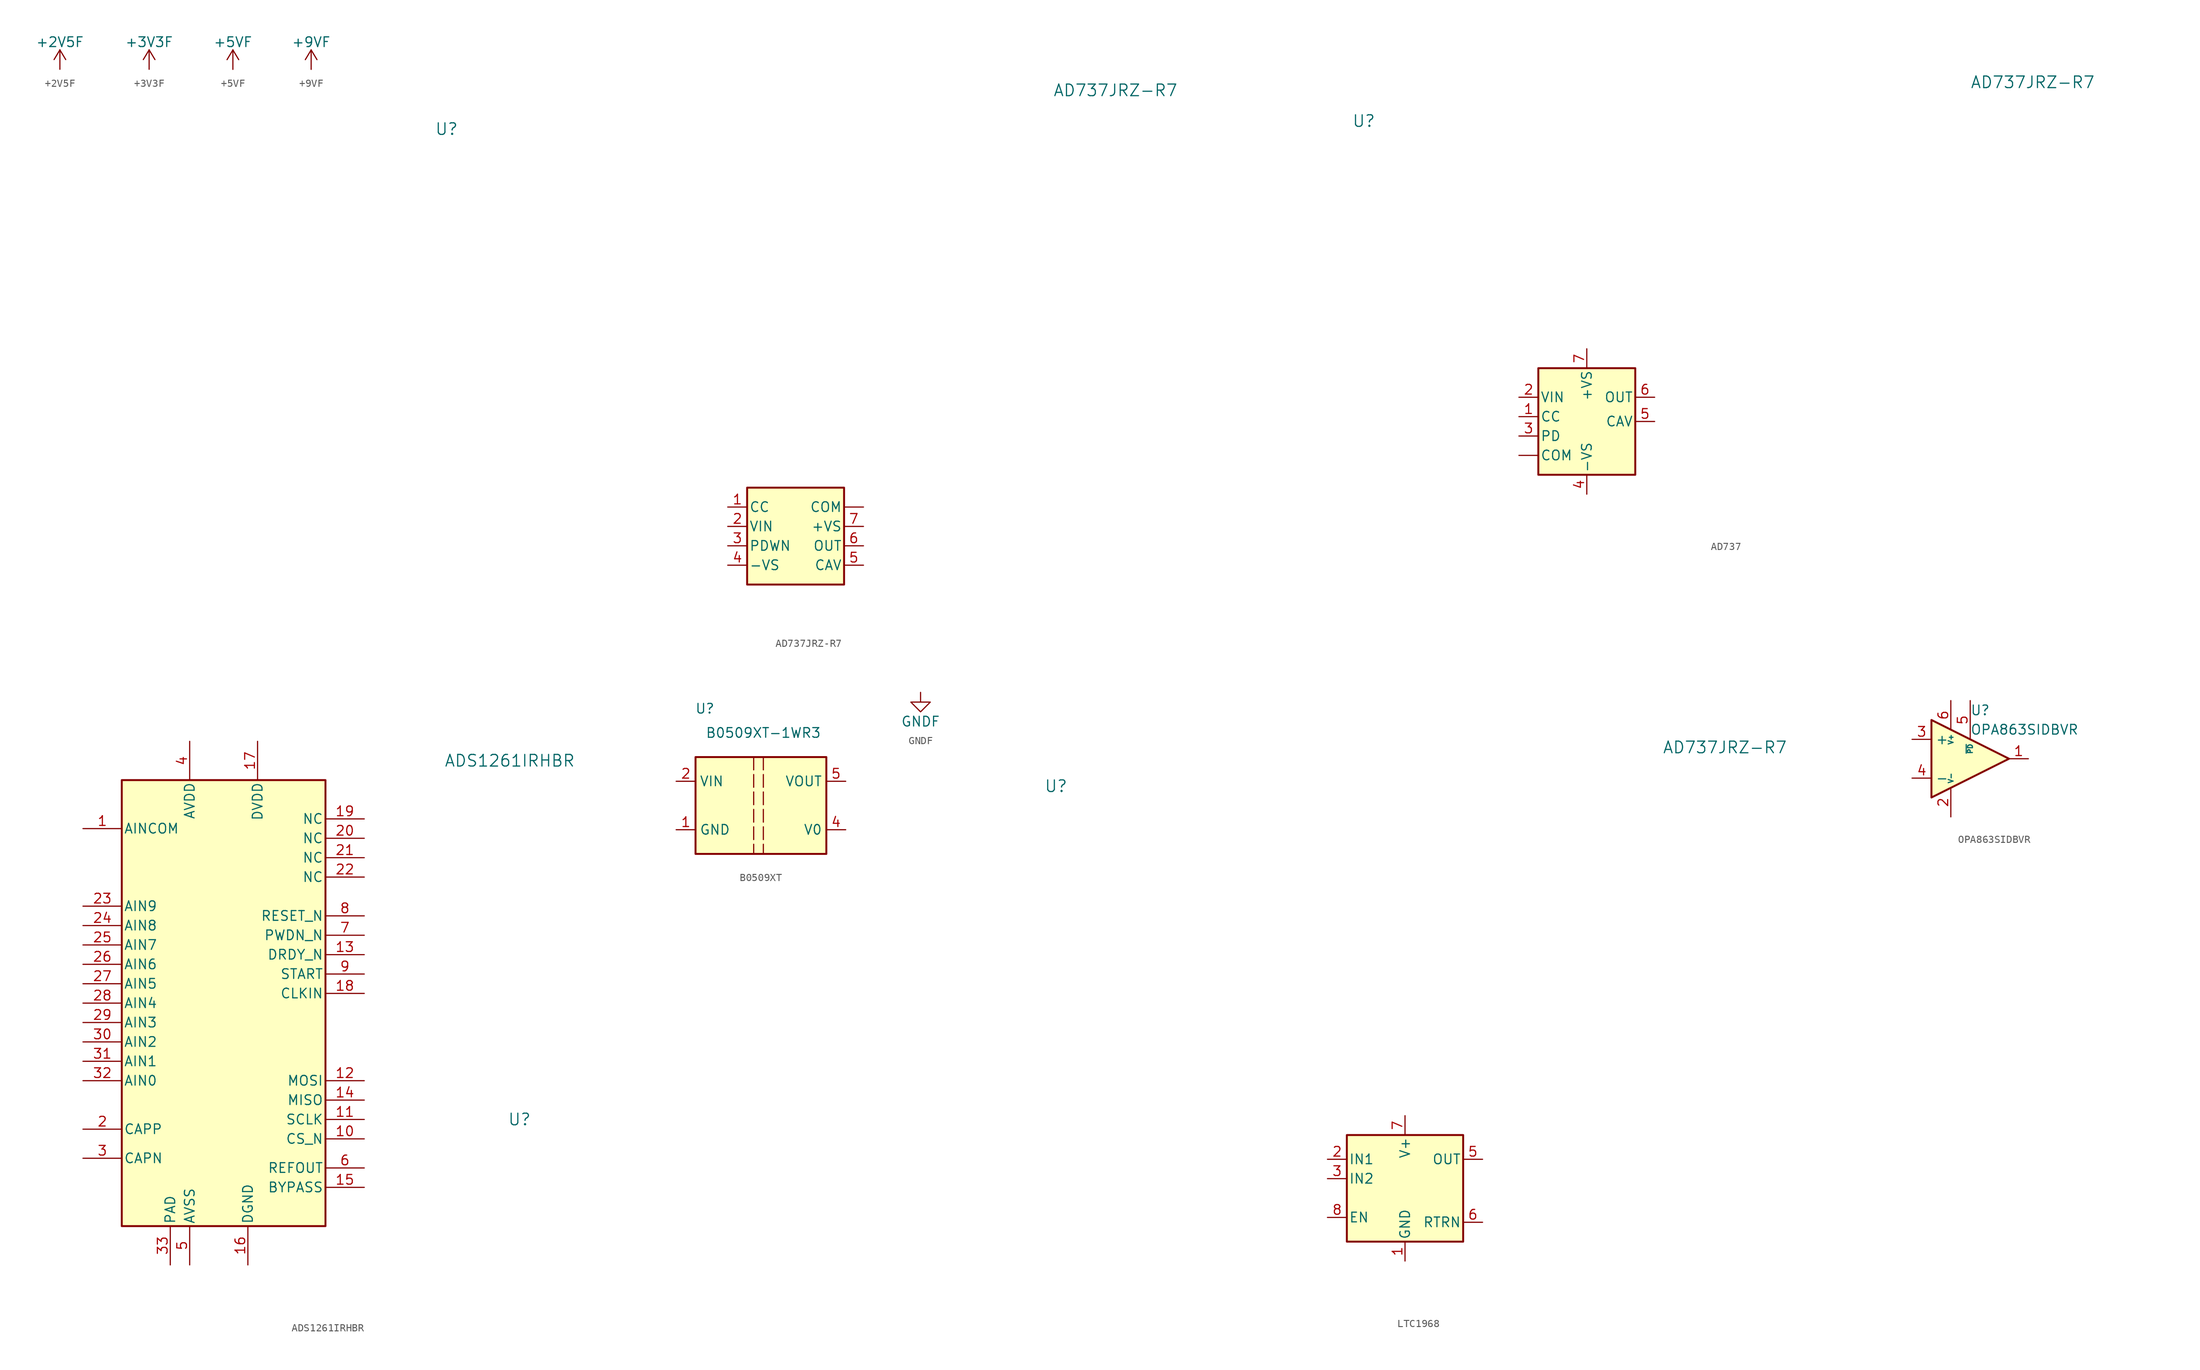
<source format=kicad_sym>
(kicad_symbol_lib
  (version 20220914)
  (generator kicad_symbol_editor)
  (symbol "+2V5F"
    (power)
    (pin_names
      (offset 0))
    (property "Reference" "#PWR"
      (at 0 -3.81 0)
      (effects (font (size 1.27 1.27)) hide))
    (property "Value" "+2V5F"
      (at 0 3.556 0)
      (effects (font (size 1.27 1.27))))
    (symbol "+2V5F_0_1"
      (polyline (pts (xy -0.762 1.27) (xy 0 2.54)) (stroke (width 0) (type default)) (fill (type none)))
      (polyline (pts (xy 0 0) (xy 0 2.54)) (stroke (width 0) (type default)) (fill (type none)))
      (polyline (pts (xy 0 2.54) (xy 0.762 1.27)) (stroke (width 0) (type default)) (fill (type none))))
    (symbol "+2V5F_1_1"
      (pin power_in line (at 0 0 90) (length 0) hide (name "+5V" (effects (font (size 1.27 1.27)))) (number "1" (effects (font (size 1.27 1.27)))))))
  (symbol "+3V3F"
    (power)
    (pin_names
      (offset 0))
    (property "Reference" "#PWR"
      (at 0 -3.81 0)
      (effects (font (size 1.27 1.27)) hide))
    (property "Value" "+3V3F"
      (at 0 3.556 0)
      (effects (font (size 1.27 1.27))))
    (symbol "+3V3F_0_1"
      (polyline (pts (xy -0.762 1.27) (xy 0 2.54)) (stroke (width 0) (type default)) (fill (type none)))
      (polyline (pts (xy 0 0) (xy 0 2.54)) (stroke (width 0) (type default)) (fill (type none)))
      (polyline (pts (xy 0 2.54) (xy 0.762 1.27)) (stroke (width 0) (type default)) (fill (type none))))
    (symbol "+3V3F_1_1"
      (pin power_in line (at 0 0 90) (length 0) hide (name "+5V" (effects (font (size 1.27 1.27)))) (number "1" (effects (font (size 1.27 1.27)))))))
  (symbol "+5VF"
    (power)
    (pin_names
      (offset 0))
    (property "Reference" "#PWR"
      (at 0 -3.81 0)
      (effects (font (size 1.27 1.27)) hide))
    (property "Value" "+5VF"
      (at 0 3.556 0)
      (effects (font (size 1.27 1.27))))
    (symbol "+5VF_0_1"
      (polyline (pts (xy -0.762 1.27) (xy 0 2.54)) (stroke (width 0) (type default)) (fill (type none)))
      (polyline (pts (xy 0 0) (xy 0 2.54)) (stroke (width 0) (type default)) (fill (type none)))
      (polyline (pts (xy 0 2.54) (xy 0.762 1.27)) (stroke (width 0) (type default)) (fill (type none))))
    (symbol "+5VF_1_1"
      (pin power_in line (at 0 0 90) (length 0) hide (name "+5VF" (effects (font (size 1.27 1.27)))) (number "1" (effects (font (size 1.27 1.27)))))))
  (symbol "+9VF"
    (power)
    (pin_names
      (offset 0))
    (property "Reference" "#PWR"
      (at 0 -3.81 0)
      (effects (font (size 1.27 1.27)) hide))
    (property "Value" "+9VF"
      (at 0 3.556 0)
      (effects (font (size 1.27 1.27))))
    (symbol "+9VF_0_1"
      (polyline (pts (xy -0.762 1.27) (xy 0 2.54)) (stroke (width 0) (type default)) (fill (type none)))
      (polyline (pts (xy 0 0) (xy 0 2.54)) (stroke (width 0) (type default)) (fill (type none)))
      (polyline (pts (xy 0 2.54) (xy 0.762 1.27)) (stroke (width 0) (type default)) (fill (type none))))
    (symbol "+9VF_1_1"
      (pin power_in line (at 0 0 90) (length 0) hide (name "+5V" (effects (font (size 1.27 1.27)))) (number "1" (effects (font (size 1.27 1.27)))))))
  (symbol "AD737JRZ-R7"
    (pin_names
      (offset 0.254))
    (property "Reference" "U"
      (at -45.72 53.34 0)
      (effects (font (size 1.524 1.524))))
    (property "Value" "AD737JRZ-R7"
      (at 41.91 58.42 0)
      (effects (font (size 1.524 1.524))))
    (symbol "AD737JRZ-R7_1_1"
      (rectangle (start -6.35 6.35) (end 6.35 -6.35) (stroke (width 0.254) (type default)) (fill (type background)))
      (pin power_in line (at 8.89 3.81 180) (length 2.54) (name "COM" (effects (font (size 1.27 1.27)))) (number "" (effects (font (size 1.27 1.27)))))
      (pin input line (at -8.89 3.81 0) (length 2.54) (name "CC" (effects (font (size 1.27 1.27)))) (number "1" (effects (font (size 1.27 1.27)))))
      (pin input line (at -8.89 1.27 0) (length 2.54) (name "VIN" (effects (font (size 1.27 1.27)))) (number "2" (effects (font (size 1.27 1.27)))))
      (pin input line (at -8.89 -1.27 0) (length 2.54) (name "PDWN" (effects (font (size 1.27 1.27)))) (number "3" (effects (font (size 1.27 1.27)))))
      (pin power_in line (at -8.89 -3.81 0) (length 2.54) (name "-VS" (effects (font (size 1.27 1.27)))) (number "4" (effects (font (size 1.27 1.27)))))
      (pin passive line (at 8.89 -3.81 180) (length 2.54) (name "CAV" (effects (font (size 1.27 1.27)))) (number "5" (effects (font (size 1.27 1.27)))))
      (pin output line (at 8.89 -1.27 180) (length 2.54) (name "OUT" (effects (font (size 1.27 1.27)))) (number "6" (effects (font (size 1.27 1.27)))))
      (pin power_in line (at 8.89 1.27 180) (length 2.54) (name "+VS" (effects (font (size 1.27 1.27)))) (number "7" (effects (font (size 1.27 1.27)))))))
  (symbol "AD737"
    (pin_names
      (offset 0.254))
    (property "Reference" "U"
      (at -45.72 53.34 0)
      (effects (font (size 1.524 1.524))))
    (property "Value" "AD737JRZ-R7"
      (at 41.91 58.42 0)
      (effects (font (size 1.524 1.524))))
    (symbol "AD737_1_1"
      (rectangle (start -22.86 20.955) (end -10.16 6.985) (stroke (width 0.254) (type default)) (fill (type background)))
      (pin power_in line (at -25.4 9.525 0) (length 2.54) (name "COM" (effects (font (size 1.27 1.27)))) (number "" (effects (font (size 1.27 1.27)))))
      (pin input line (at -25.4 14.605 0) (length 2.54) (name "CC" (effects (font (size 1.27 1.27)))) (number "1" (effects (font (size 1.27 1.27)))))
      (pin input line (at -25.4 17.145 0) (length 2.54) (name "VIN" (effects (font (size 1.27 1.27)))) (number "2" (effects (font (size 1.27 1.27)))))
      (pin input line (at -25.4 12.065 0) (length 2.54) (name "PD" (effects (font (size 1.27 1.27)))) (number "3" (effects (font (size 1.27 1.27)))))
      (pin power_in line (at -16.51 4.445 90) (length 2.54) (name "-VS" (effects (font (size 1.27 1.27)))) (number "4" (effects (font (size 1.27 1.27)))))
      (pin passive line (at -7.62 13.97 180) (length 2.54) (name "CAV" (effects (font (size 1.27 1.27)))) (number "5" (effects (font (size 1.27 1.27)))))
      (pin output line (at -7.62 17.145 180) (length 2.54) (name "OUT" (effects (font (size 1.27 1.27)))) (number "6" (effects (font (size 1.27 1.27)))))
      (pin power_in line (at -16.51 23.495 270) (length 2.54) (name "+VS" (effects (font (size 1.27 1.27)))) (number "7" (effects (font (size 1.27 1.27)))))))
  (symbol "ADS1261IRHBR"
    (pin_names
      (offset 0.254))
    (property "Reference" "U"
      (at 43.18 11.43 0)
      (effects (font (size 1.524 1.524))))
    (property "Value" "ADS1261IRHBR"
      (at 41.91 58.42 0)
      (effects (font (size 1.524 1.524))))
    (symbol "ADS1261IRHBR_0_1"
      (pin input line (at -13.97 49.53 0) (length 5.08) (name "AINCOM" (effects (font (size 1.27 1.27)))) (number "1" (effects (font (size 1.27 1.27)))))
      (pin input line (at 22.86 8.89 180) (length 5.08) (name "CS_N" (effects (font (size 1.27 1.27)))) (number "10" (effects (font (size 1.27 1.27)))))
      (pin input line (at 22.86 11.43 180) (length 5.08) (name "SCLK" (effects (font (size 1.27 1.27)))) (number "11" (effects (font (size 1.27 1.27)))))
      (pin output line (at 22.86 33.02 180) (length 5.08) (name "DRDY_N" (effects (font (size 1.27 1.27)))) (number "13" (effects (font (size 1.27 1.27)))))
      (pin power_in line (at 7.62 -7.62 90) (length 5.08) (name "DGND" (effects (font (size 1.27 1.27)))) (number "16" (effects (font (size 1.27 1.27)))))
      (pin power_in line (at 8.89 60.96 270) (length 5.08) (name "DVDD" (effects (font (size 1.27 1.27)))) (number "17" (effects (font (size 1.27 1.27)))))
      (pin input line (at 22.86 27.94 180) (length 5.08) (name "CLKIN" (effects (font (size 1.27 1.27)))) (number "18" (effects (font (size 1.27 1.27)))))
      (pin unspecified line (at 22.86 50.8 180) (length 5.08) (name "NC" (effects (font (size 1.27 1.27)))) (number "19" (effects (font (size 1.27 1.27)))))
      (pin unspecified line (at 22.86 48.26 180) (length 5.08) (name "NC" (effects (font (size 1.27 1.27)))) (number "20" (effects (font (size 1.27 1.27)))))
      (pin unspecified line (at 22.86 45.72 180) (length 5.08) (name "NC" (effects (font (size 1.27 1.27)))) (number "21" (effects (font (size 1.27 1.27)))))
      (pin unspecified line (at 22.86 43.18 180) (length 5.08) (name "NC" (effects (font (size 1.27 1.27)))) (number "22" (effects (font (size 1.27 1.27)))))
      (pin input line (at -13.97 39.37 0) (length 5.08) (name "AIN9" (effects (font (size 1.27 1.27)))) (number "23" (effects (font (size 1.27 1.27)))))
      (pin input line (at -13.97 36.83 0) (length 5.08) (name "AIN8" (effects (font (size 1.27 1.27)))) (number "24" (effects (font (size 1.27 1.27)))))
      (pin input line (at -13.97 34.29 0) (length 5.08) (name "AIN7" (effects (font (size 1.27 1.27)))) (number "25" (effects (font (size 1.27 1.27)))))
      (pin input line (at -13.97 31.75 0) (length 5.08) (name "AIN6" (effects (font (size 1.27 1.27)))) (number "26" (effects (font (size 1.27 1.27)))))
      (pin input line (at -13.97 29.21 0) (length 5.08) (name "AIN5" (effects (font (size 1.27 1.27)))) (number "27" (effects (font (size 1.27 1.27)))))
      (pin input line (at -13.97 26.67 0) (length 5.08) (name "AIN4" (effects (font (size 1.27 1.27)))) (number "28" (effects (font (size 1.27 1.27)))))
      (pin input line (at -13.97 24.13 0) (length 5.08) (name "AIN3" (effects (font (size 1.27 1.27)))) (number "29" (effects (font (size 1.27 1.27)))))
      (pin input line (at -13.97 21.59 0) (length 5.08) (name "AIN2" (effects (font (size 1.27 1.27)))) (number "30" (effects (font (size 1.27 1.27)))))
      (pin input line (at -13.97 19.05 0) (length 5.08) (name "AIN1" (effects (font (size 1.27 1.27)))) (number "31" (effects (font (size 1.27 1.27)))))
      (pin input line (at -13.97 16.51 0) (length 5.08) (name "AIN0" (effects (font (size 1.27 1.27)))) (number "32" (effects (font (size 1.27 1.27)))))
      (pin power_in line (at 0 60.96 270) (length 5.08) (name "AVDD" (effects (font (size 1.27 1.27)))) (number "4" (effects (font (size 1.27 1.27)))))
      (pin output line (at 22.86 5.08 180) (length 5.08) (name "REFOUT" (effects (font (size 1.27 1.27)))) (number "6" (effects (font (size 1.27 1.27)))))
      (pin input line (at 22.86 35.56 180) (length 5.08) (name "PWDN_N" (effects (font (size 1.27 1.27)))) (number "7" (effects (font (size 1.27 1.27)))))
      (pin input line (at 22.86 38.1 180) (length 5.08) (name "RESET_N" (effects (font (size 1.27 1.27)))) (number "8" (effects (font (size 1.27 1.27)))))
      (pin input line (at 22.86 30.48 180) (length 5.08) (name "START" (effects (font (size 1.27 1.27)))) (number "9" (effects (font (size 1.27 1.27))))))
    (symbol "ADS1261IRHBR_1_1"
      (rectangle (start -8.89 55.88) (end 17.78 -2.54) (stroke (width 0.254) (type default)) (fill (type background)))
      (pin input line (at 22.86 16.51 180) (length 5.08) (name "MOSI" (effects (font (size 1.27 1.27)))) (number "12" (effects (font (size 1.27 1.27)))))
      (pin output line (at 22.86 13.97 180) (length 5.08) (name "MISO" (effects (font (size 1.27 1.27)))) (number "14" (effects (font (size 1.27 1.27)))))
      (pin passive line (at 22.86 2.54 180) (length 5.08) (name "BYPASS" (effects (font (size 1.27 1.27)))) (number "15" (effects (font (size 1.27 1.27)))))
      (pin passive line (at -13.97 10.16 0) (length 5.08) (name "CAPP" (effects (font (size 1.27 1.27)))) (number "2" (effects (font (size 1.27 1.27)))))
      (pin passive line (at -13.97 6.35 0) (length 5.08) (name "CAPN" (effects (font (size 1.27 1.27)))) (number "3" (effects (font (size 1.27 1.27)))))
      (pin power_in line (at -2.54 -7.62 90) (length 5.08) (name "PAD" (effects (font (size 1.27 1.27)))) (number "33" (effects (font (size 1.27 1.27)))))
      (pin power_in line (at 0 -7.62 90) (length 5.08) (name "AVSS" (effects (font (size 1.27 1.27)))) (number "5" (effects (font (size 1.27 1.27)))))))
  (symbol "B0509XT"
    (property "Reference" "U"
      (at -5.715 12.7 0)
      (effects (font (size 1.27 1.27)) (justify right)))
    (property "Value" "B0509XT-1WR3"
      (at 0.635 9.525 0)
      (effects (font (size 1.27 1.27))))
    (symbol "B0509XT_0_1"
      (rectangle (start -8.255 6.35) (end 8.89 -6.35) (stroke (width 0.254) (type default)) (fill (type background))))
    (symbol "B0509XT_1_1"
      (polyline (pts (xy -0.635 6.35) (xy -0.635 -6.35)) (stroke (width 0) (type dash)) (fill (type none)))
      (polyline (pts (xy 0.635 6.35) (xy 0.635 -6.35)) (stroke (width 0) (type dash)) (fill (type none)))
      (pin power_in line (at -10.795 -3.175 0) (length 2.54) (name "GND" (effects (font (size 1.27 1.27)))) (number "1" (effects (font (size 1.27 1.27)))))
      (pin power_in line (at -10.795 3.175 0) (length 2.54) (name "VIN" (effects (font (size 1.27 1.27)))) (number "2" (effects (font (size 1.27 1.27)))))
      (pin passive line (at 11.43 -3.175 180) (length 2.54) (name "V0" (effects (font (size 1.27 1.27)))) (number "4" (effects (font (size 1.27 1.27)))))
      (pin power_out line (at 11.43 3.175 180) (length 2.54) (name "VOUT" (effects (font (size 1.27 1.27)))) (number "5" (effects (font (size 1.27 1.27)))))
      (pin no_connect line (at 11.43 0 180) (length 2.54) hide (name "NC" (effects (font (size 1.27 1.27)))) (number "8" (effects (font (size 1.27 1.27)))))))
  (symbol "GNDF"
    (power)
    (pin_names
      (offset 0))
    (property "Reference" "#PWR"
      (at 0 -6.35 0)
      (effects (font (size 1.27 1.27)) hide))
    (property "Value" "GNDF"
      (at 0 -3.81 0)
      (effects (font (size 1.27 1.27))))
    (symbol "GNDF_0_1"
      (polyline (pts (xy 0 0) (xy 0 -1.27) (xy 1.27 -1.27) (xy 0 -2.54) (xy -1.27 -1.27) (xy 0 -1.27)) (stroke (width 0) (type default)) (fill (type none))))
    (symbol "GNDF_1_1"
      (pin power_in line (at 0 0 270) (length 0) hide (name "GNDF" (effects (font (size 1.27 1.27)))) (number "1" (effects (font (size 1.27 1.27)))))))
  (symbol "LTC1968"
    (pin_names
      (offset 0.254))
    (property "Reference" "U"
      (at -45.72 53.34 0)
      (effects (font (size 1.524 1.524))))
    (property "Value" "AD737JRZ-R7"
      (at 41.91 58.42 0)
      (effects (font (size 1.524 1.524))))
    (symbol "LTC1968_1_1"
      (rectangle (start -7.62 7.62) (end 7.62 -6.35) (stroke (width 0.254) (type default)) (fill (type background)))
      (pin power_in line (at 0 -8.89 90) (length 2.54) (name "GND" (effects (font (size 1.27 1.27)))) (number "1" (effects (font (size 1.27 1.27)))))
      (pin input line (at -10.16 4.445 0) (length 2.54) (name "IN1" (effects (font (size 1.27 1.27)))) (number "2" (effects (font (size 1.27 1.27)))))
      (pin input line (at -10.16 1.905 0) (length 2.54) (name "IN2" (effects (font (size 1.27 1.27)))) (number "3" (effects (font (size 1.27 1.27)))))
      (pin no_connect line (at 10.16 0 180) (length 2.54) hide (name "NC" (effects (font (size 1.27 1.27)))) (number "4" (effects (font (size 1.27 1.27)))))
      (pin output line (at 10.16 4.445 180) (length 2.54) (name "OUT" (effects (font (size 1.27 1.27)))) (number "5" (effects (font (size 1.27 1.27)))))
      (pin passive line (at 10.16 -3.81 180) (length 2.54) (name "RTRN" (effects (font (size 1.27 1.27)))) (number "6" (effects (font (size 1.27 1.27)))))
      (pin power_in line (at 0 10.16 270) (length 2.54) (name "V+" (effects (font (size 1.27 1.27)))) (number "7" (effects (font (size 1.27 1.27)))))
      (pin input line (at -10.16 -3.175 0) (length 2.54) (name "EN" (effects (font (size 1.27 1.27)))) (number "8" (effects (font (size 1.27 1.27)))))))
  (symbol "OPA863SIDBVR"
    (property "Reference" "U"
      (at 0 6.35 0)
      (effects (font (size 1.27 1.27)) (justify left)))
    (property "Value" "OPA863SIDBVR"
      (at 0 3.81 0)
      (effects (font (size 1.27 1.27)) (justify left)))
    (symbol "OPA863SIDBVR_1_1"
      (polyline (pts (xy -5.08 5.08) (xy 5.08 0) (xy -5.08 -5.08) (xy -5.08 5.08)) (stroke (width 0.254) (type default)) (fill (type background)))
      (pin output line (at 7.62 0 180) (length 2.54) (name "~" (effects (font (size 1.27 1.27)))) (number "1" (effects (font (size 1.27 1.27)))))
      (pin power_in line (at -2.54 -7.62 90) (length 3.81) (name "V-" (effects (font (size 0.635 0.635)))) (number "2" (effects (font (size 1.27 1.27)))))
      (pin input line (at -7.62 2.54 0) (length 2.54) (name "+" (effects (font (size 1.27 1.27)))) (number "3" (effects (font (size 1.27 1.27)))))
      (pin input line (at -7.62 -2.54 0) (length 2.54) (name "-" (effects (font (size 1.27 1.27)))) (number "4" (effects (font (size 1.27 1.27)))))
      (pin input line (at 0 7.62 270) (length 5.08) (name "~{PD}" (effects (font (size 0.635 0.635)))) (number "5" (effects (font (size 1.27 1.27)))))
      (pin power_in line (at -2.54 7.62 270) (length 3.81) (name "V+" (effects (font (size 0.635 0.635)))) (number "6" (effects (font (size 1.27 1.27))))))))
</source>
